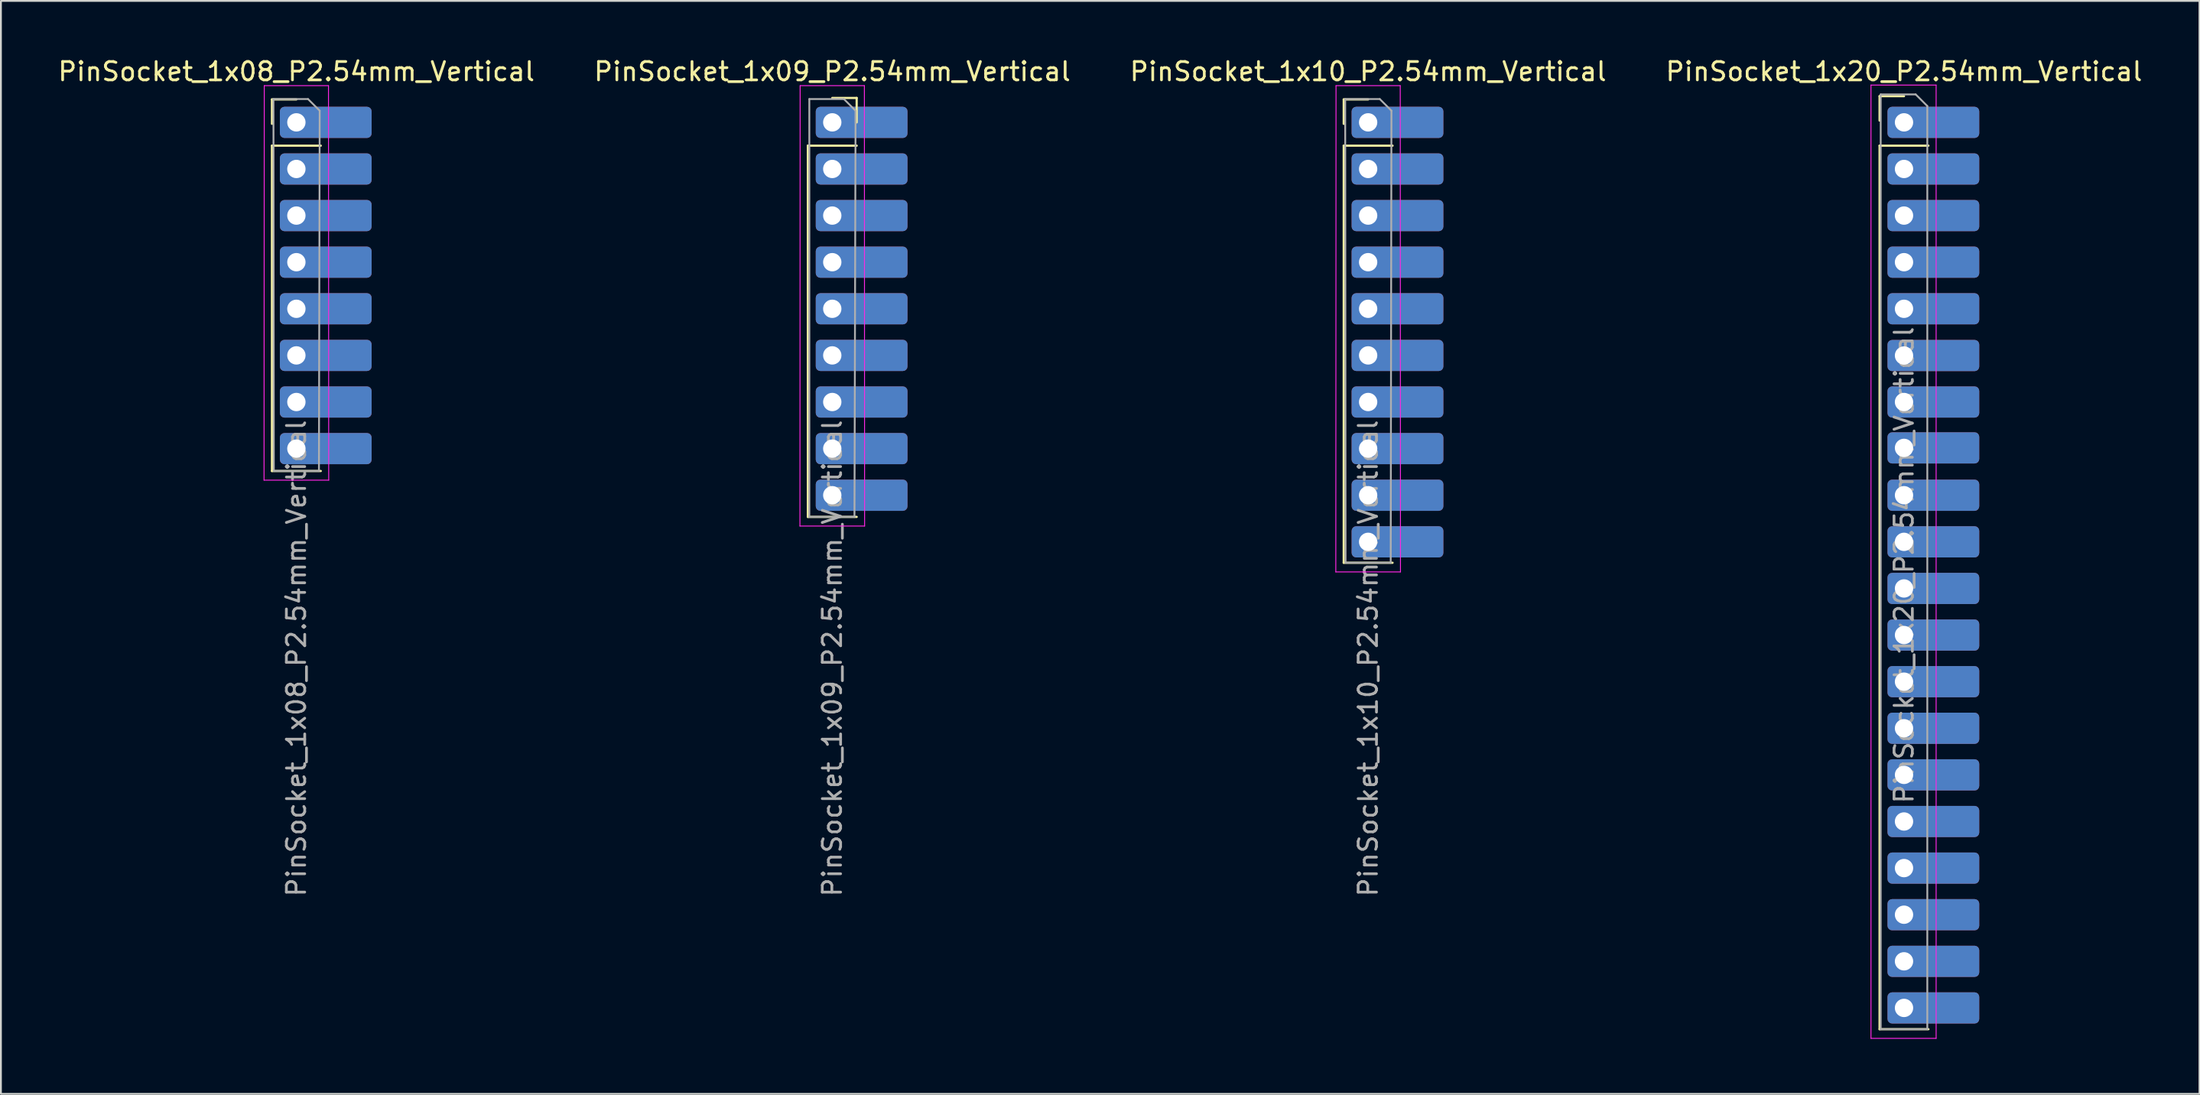
<source format=kicad_pcb>
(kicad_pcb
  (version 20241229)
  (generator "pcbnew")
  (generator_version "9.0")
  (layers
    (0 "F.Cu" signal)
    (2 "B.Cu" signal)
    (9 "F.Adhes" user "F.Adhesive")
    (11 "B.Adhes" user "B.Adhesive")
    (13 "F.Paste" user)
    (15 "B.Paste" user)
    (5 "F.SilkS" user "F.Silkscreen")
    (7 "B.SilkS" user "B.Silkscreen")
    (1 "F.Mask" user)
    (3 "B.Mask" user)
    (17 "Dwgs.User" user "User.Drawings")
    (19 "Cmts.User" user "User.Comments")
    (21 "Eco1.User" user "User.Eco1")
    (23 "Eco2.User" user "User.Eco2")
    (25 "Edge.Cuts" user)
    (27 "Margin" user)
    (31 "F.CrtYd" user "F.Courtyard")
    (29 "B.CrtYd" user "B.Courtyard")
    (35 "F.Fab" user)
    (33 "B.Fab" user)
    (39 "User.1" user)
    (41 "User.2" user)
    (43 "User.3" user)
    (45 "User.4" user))
  (footprint "PinSocket_1x20_P2.54mm_Vertical"
    (layer "F.Cu")
    (at 100.708 3.618)
    (property "Reference" "PinSocket_1x20_P2.54mm_Vertical" (at 0 -2.77 0) (layer "F.SilkS") (effects (font (size 1 1) (thickness 0.15))))
    (attr through_hole)
    (fp_line (start -1.33 -1.427) (end 0 -1.427) (stroke (width 0.12) (type solid)) (layer "F.SilkS"))
    (fp_line (start -1.33 -0.097) (end -1.33 -1.427) (stroke (width 0.12) (type solid)) (layer "F.SilkS"))
    (fp_line (start -1.33 1.27) (end -1.33 49.42) (stroke (width 0.12) (type solid)) (layer "F.SilkS"))
    (fp_line (start -1.33 1.27) (end 1.33 1.27) (stroke (width 0.12) (type solid)) (layer "F.SilkS"))
    (fp_line (start -1.33 49.42) (end 1.33 49.42) (stroke (width 0.12) (type solid)) (layer "F.SilkS"))
    (fp_line (start -1.8 -2.032) (end 1.75 -2.032) (stroke (width 0.05) (type solid)) (layer "F.CrtYd"))
    (fp_line (start -1.8 49.92) (end -1.8 -2.032) (stroke (width 0.05) (type solid)) (layer "F.CrtYd"))
    (fp_line (start 1.75 -2.032) (end 1.75 49.92) (stroke (width 0.05) (type solid)) (layer "F.CrtYd"))
    (fp_line (start 1.75 49.92) (end -1.8 49.92) (stroke (width 0.05) (type solid)) (layer "F.CrtYd"))
    (fp_line (start -1.27 -1.524) (end 0.635 -1.524) (stroke (width 0.1) (type solid)) (layer "F.Fab"))
    (fp_line (start -1.27 49.42) (end -1.27 -1.524) (stroke (width 0.1) (type solid)) (layer "F.Fab"))
    (fp_line (start 0.635 -1.524) (end 1.27 -0.889) (stroke (width 0.1) (type solid)) (layer "F.Fab"))
    (fp_line (start 1.27 -0.889) (end 1.27 49.42) (stroke (width 0.1) (type solid)) (layer "F.Fab"))
    (fp_line (start 1.27 49.42) (end -1.27 49.42) (stroke (width 0.1) (type solid)) (layer "F.Fab"))
    (fp_text user "${REFERENCE}" (at 0 24.13 90) (layer "F.Fab") (effects (font (size 1 1) (thickness 0.15))))
    (pad "1" thru_hole roundrect (at 0 48.26) (size 5 1.7) (drill 1 (offset 1.6 0)) (layers "*.Cu" "*.Mask") (roundrect_rratio 0.147))
    (pad "2" thru_hole roundrect (at 0 45.72) (size 5 1.7) (drill 1 (offset 1.6 0)) (layers "*.Cu" "*.Mask") (roundrect_rratio 0.147))
    (pad "3" thru_hole roundrect (at 0 43.18) (size 5 1.7) (drill 1 (offset 1.6 0)) (layers "*.Cu" "*.Mask") (roundrect_rratio 0.147))
    (pad "4" thru_hole roundrect (at 0 40.64) (size 5 1.7) (drill 1 (offset 1.6 0)) (layers "*.Cu" "*.Mask") (roundrect_rratio 0.147))
    (pad "5" thru_hole roundrect (at 0 38.1) (size 5 1.7) (drill 1 (offset 1.6 0)) (layers "*.Cu" "*.Mask") (roundrect_rratio 0.147))
    (pad "6" thru_hole roundrect (at 0 35.56) (size 5 1.7) (drill 1 (offset 1.6 0)) (layers "*.Cu" "*.Mask") (roundrect_rratio 0.147))
    (pad "7" thru_hole roundrect (at 0 33.02) (size 5 1.7) (drill 1 (offset 1.6 0)) (layers "*.Cu" "*.Mask") (roundrect_rratio 0.147))
    (pad "8" thru_hole roundrect (at 0 30.48) (size 5 1.7) (drill 1 (offset 1.6 0)) (layers "*.Cu" "*.Mask") (roundrect_rratio 0.147))
    (pad "9" thru_hole roundrect (at 0 27.94) (size 5 1.7) (drill 1 (offset 1.6 0)) (layers "*.Cu" "*.Mask") (roundrect_rratio 0.147))
    (pad "10" thru_hole roundrect (at 0 25.4) (size 5 1.7) (drill 1 (offset 1.6 0)) (layers "*.Cu" "*.Mask") (roundrect_rratio 0.147))
    (pad "11" thru_hole roundrect (at 0 22.86) (size 5 1.7) (drill 1 (offset 1.6 0)) (layers "*.Cu" "*.Mask") (roundrect_rratio 0.147))
    (pad "12" thru_hole roundrect (at 0 20.32) (size 5 1.7) (drill 1 (offset 1.6 0)) (layers "*.Cu" "*.Mask") (roundrect_rratio 0.147))
    (pad "13" thru_hole roundrect (at 0 17.74) (size 5 1.7) (drill 1 (offset 1.6 0)) (layers "*.Cu" "*.Mask") (roundrect_rratio 0.147))
    (pad "14" thru_hole roundrect (at 0 15.24) (size 5 1.7) (drill 1 (offset 1.6 0)) (layers "*.Cu" "*.Mask") (roundrect_rratio 0.147))
    (pad "15" thru_hole roundrect (at 0 12.707) (size 5 1.7) (drill 1 (offset 1.6 0)) (layers "*.Cu" "*.Mask") (roundrect_rratio 0.147))
    (pad "16" thru_hole roundrect (at 0 10.16) (size 5 1.7) (drill 1 (offset 1.6 0)) (layers "*.Cu" "*.Mask") (roundrect_rratio 0.147))
    (pad "17" thru_hole roundrect (at 0 7.62) (size 5 1.7) (drill 1 (offset 1.6 0)) (layers "*.Cu" "*.Mask") (roundrect_rratio 0.147))
    (pad "18" thru_hole roundrect (at 0 5.08) (size 5 1.7) (drill 1 (offset 1.6 0)) (layers "*.Cu" "*.Mask") (roundrect_rratio 0.147))
    (pad "19" thru_hole roundrect (at 0 2.54) (size 5 1.7) (drill 1 (offset 1.6 0)) (layers "*.Cu" "*.Mask") (roundrect_rratio 0.147))
    (pad "20" thru_hole roundrect (at 0 0) (size 5 1.7) (drill 1 (offset 1.6 0)) (layers "*.Cu" "*.Mask") (roundrect_rratio 0.147)))
  (footprint "PinSocket_1x08_P2.54mm_Vertical"
    (layer "F.Cu")
    (at 13.101 3.618)
    (property "Reference" "PinSocket_1x08_P2.54mm_Vertical" (at 0 -2.77 0) (layer "F.SilkS") (effects (font (size 1 1) (thickness 0.15))))
    (attr through_hole)
    (fp_line (start -1.33 -1.25) (end 0 -1.25) (stroke (width 0.12) (type solid)) (layer "F.SilkS"))
    (fp_line (start -1.33 0.08) (end -1.33 -1.25) (stroke (width 0.12) (type solid)) (layer "F.SilkS"))
    (fp_line (start -1.33 1.27) (end -1.33 19) (stroke (width 0.12) (type solid)) (layer "F.SilkS"))
    (fp_line (start -1.33 1.27) (end 1.33 1.27) (stroke (width 0.12) (type solid)) (layer "F.SilkS"))
    (fp_line (start -1.33 19) (end 1.33 19) (stroke (width 0.12) (type solid)) (layer "F.SilkS"))
    (fp_line (start -1.762 19.5) (end -1.75 -2) (stroke (width 0.05) (type solid)) (layer "F.CrtYd"))
    (fp_line (start -1.75 -2) (end 1.75 -2) (stroke (width 0.05) (type solid)) (layer "F.CrtYd"))
    (fp_line (start 1.75 -2) (end 1.762 19.5) (stroke (width 0.05) (type solid)) (layer "F.CrtYd"))
    (fp_line (start 1.762 19.5) (end -1.762 19.5) (stroke (width 0.05) (type solid)) (layer "F.CrtYd"))
    (fp_line (start -1.25 -1.27) (end 0.635 -1.27) (stroke (width 0.1) (type solid)) (layer "F.Fab"))
    (fp_line (start -1.23 19) (end -1.25 -1.27) (stroke (width 0.1) (type default)) (layer "F.Fab"))
    (fp_line (start 0.635 -1.27) (end 1.27 -0.635) (stroke (width 0.1) (type solid)) (layer "F.Fab"))
    (fp_line (start 1.23 19) (end -1.23 19) (stroke (width 0.1) (type solid)) (layer "F.Fab"))
    (fp_line (start 1.27 -0.635) (end 1.23 19) (stroke (width 0.1) (type solid)) (layer "F.Fab"))
    (fp_text user "${REFERENCE}" (at 0 29.21 90) (layer "F.Fab") (effects (font (size 1 1) (thickness 0.15))))
    (pad "1" thru_hole roundrect (at 0 0) (size 5 1.7) (drill 1 (offset 1.6 0)) (layers "*.Cu" "*.Mask") (roundrect_rratio 0.147))
    (pad "2" thru_hole roundrect (at 0 2.54) (size 5 1.7) (drill 1 (offset 1.6 0)) (layers "*.Cu" "*.Mask") (roundrect_rratio 0.147))
    (pad "3" thru_hole roundrect (at 0 5.08) (size 5 1.7) (drill 1 (offset 1.6 0)) (layers "*.Cu" "*.Mask") (roundrect_rratio 0.147))
    (pad "4" thru_hole roundrect (at 0 7.62) (size 5 1.7) (drill 1 (offset 1.6 0)) (layers "*.Cu" "*.Mask") (roundrect_rratio 0.147))
    (pad "5" thru_hole roundrect (at 0 10.16) (size 5 1.7) (drill 1 (offset 1.6 0)) (layers "*.Cu" "*.Mask") (roundrect_rratio 0.147))
    (pad "6" thru_hole roundrect (at 0 12.7) (size 5 1.7) (drill 1 (offset 1.6 0)) (layers "*.Cu" "*.Mask") (roundrect_rratio 0.147))
    (pad "7" thru_hole roundrect (at 0 15.24) (size 5 1.7) (drill 1 (offset 1.6 0)) (layers "*.Cu" "*.Mask") (roundrect_rratio 0.147))
    (pad "8" thru_hole roundrect (at 0 17.78) (size 5 1.7) (drill 1 (offset 1.6 0)) (layers "*.Cu" "*.Mask") (roundrect_rratio 0.147)))
  (footprint "PinSocket_1x09_P2.54mm_Vertical"
    (layer "F.Cu")
    (at 42.304 3.618)
    (property "Reference" "PinSocket_1x09_P2.54mm_Vertical" (at 0 -2.77 0) (layer "F.SilkS") (effects (font (size 1 1) (thickness 0.15))))
    (attr through_hole)
    (fp_line (start -1.33 1.27) (end -1.33 21.5) (stroke (width 0.12) (type solid)) (layer "F.SilkS"))
    (fp_line (start -1.33 1.27) (end 1.33 1.27) (stroke (width 0.12) (type solid)) (layer "F.SilkS"))
    (fp_line (start -1.33 21.5) (end 1.33 21.5) (stroke (width 0.12) (type solid)) (layer "F.SilkS"))
    (fp_line (start 0 -1.33) (end 1.33 -1.33) (stroke (width 0.12) (type solid)) (layer "F.SilkS"))
    (fp_line (start 1.33 -1.33) (end 1.33 0) (stroke (width 0.12) (type solid)) (layer "F.SilkS"))
    (fp_line (start -1.762 22) (end -1.75 -2) (stroke (width 0.05) (type solid)) (layer "F.CrtYd"))
    (fp_line (start -1.75 -2) (end 1.75 -2) (stroke (width 0.05) (type solid)) (layer "F.CrtYd"))
    (fp_line (start 1.75 -2) (end 1.762 22) (stroke (width 0.05) (type solid)) (layer "F.CrtYd"))
    (fp_line (start 1.762 22) (end -1.762 22) (stroke (width 0.05) (type solid)) (layer "F.CrtYd"))
    (fp_line (start -1.25 -1.27) (end 0.635 -1.27) (stroke (width 0.1) (type solid)) (layer "F.Fab"))
    (fp_line (start -1.25 21.5) (end -1.25 -1.27) (stroke (width 0.1) (type default)) (layer "F.Fab"))
    (fp_line (start 0.635 -1.27) (end 1.27 -0.635) (stroke (width 0.1) (type solid)) (layer "F.Fab"))
    (fp_line (start 1.21 21.5) (end -1.25 21.5) (stroke (width 0.1) (type solid)) (layer "F.Fab"))
    (fp_line (start 1.27 -0.635) (end 1.21 21.5) (stroke (width 0.1) (type solid)) (layer "F.Fab"))
    (fp_text user "${REFERENCE}" (at 0 29.21 90) (layer "F.Fab") (effects (font (size 1 1) (thickness 0.15))))
    (pad "1" thru_hole roundrect (at 0 0) (size 5 1.7) (drill 1 (offset 1.6 0)) (layers "*.Cu" "*.Mask") (roundrect_rratio 0.147))
    (pad "2" thru_hole roundrect (at 0 2.54) (size 5 1.7) (drill 1 (offset 1.6 0)) (layers "*.Cu" "*.Mask") (roundrect_rratio 0.147))
    (pad "3" thru_hole roundrect (at 0 5.08) (size 5 1.7) (drill 1 (offset 1.6 0)) (layers "*.Cu" "*.Mask") (roundrect_rratio 0.147))
    (pad "4" thru_hole roundrect (at 0 7.62) (size 5 1.7) (drill 1 (offset 1.6 0)) (layers "*.Cu" "*.Mask") (roundrect_rratio 0.147))
    (pad "5" thru_hole roundrect (at 0 10.16) (size 5 1.7) (drill 1 (offset 1.6 0)) (layers "*.Cu" "*.Mask") (roundrect_rratio 0.147))
    (pad "6" thru_hole roundrect (at 0 12.7) (size 5 1.7) (drill 1 (offset 1.6 0)) (layers "*.Cu" "*.Mask") (roundrect_rratio 0.147))
    (pad "7" thru_hole roundrect (at 0 15.24) (size 5 1.7) (drill 1 (offset 1.6 0)) (layers "*.Cu" "*.Mask") (roundrect_rratio 0.147))
    (pad "8" thru_hole roundrect (at 0 17.78) (size 5 1.7) (drill 1 (offset 1.6 0)) (layers "*.Cu" "*.Mask") (roundrect_rratio 0.147))
    (pad "9" thru_hole roundrect (at 0 20.32) (size 5 1.7) (drill 1 (offset 1.6 0)) (layers "*.Cu" "*.Mask") (roundrect_rratio 0.147)))
  (footprint "PinSocket_1x10_P2.54mm_Vertical"
    (layer "F.Cu")
    (at 71.506 3.618)
    (property "Reference" "PinSocket_1x10_P2.54mm_Vertical" (at 0 -2.77 0) (layer "F.SilkS") (effects (font (size 1 1) (thickness 0.15))))
    (attr through_hole)
    (fp_line (start -1.33 -1.25) (end 0 -1.25) (stroke (width 0.12) (type solid)) (layer "F.SilkS"))
    (fp_line (start -1.33 0.08) (end -1.33 -1.25) (stroke (width 0.12) (type solid)) (layer "F.SilkS"))
    (fp_line (start -1.33 1.27) (end -1.33 24) (stroke (width 0.12) (type solid)) (layer "F.SilkS"))
    (fp_line (start -1.33 1.27) (end 1.33 1.27) (stroke (width 0.12) (type solid)) (layer "F.SilkS"))
    (fp_line (start -1.33 24) (end 1.33 24) (stroke (width 0.12) (type solid)) (layer "F.SilkS"))
    (fp_line (start -1.762 24.5) (end -1.75 -2) (stroke (width 0.05) (type solid)) (layer "F.CrtYd"))
    (fp_line (start -1.75 -2) (end 1.75 -2) (stroke (width 0.05) (type solid)) (layer "F.CrtYd"))
    (fp_line (start 1.75 -2) (end 1.762 24.5) (stroke (width 0.05) (type solid)) (layer "F.CrtYd"))
    (fp_line (start 1.762 24.5) (end -1.762 24.5) (stroke (width 0.05) (type solid)) (layer "F.CrtYd"))
    (fp_line (start -1.25 -1.27) (end 0.635 -1.27) (stroke (width 0.1) (type solid)) (layer "F.Fab"))
    (fp_line (start -1.23 24) (end -1.25 -1.27) (stroke (width 0.1) (type default)) (layer "F.Fab"))
    (fp_line (start 0.635 -1.27) (end 1.27 -0.635) (stroke (width 0.1) (type solid)) (layer "F.Fab"))
    (fp_line (start 1.23 24) (end -1.23 24) (stroke (width 0.1) (type solid)) (layer "F.Fab"))
    (fp_line (start 1.27 -0.635) (end 1.23 24) (stroke (width 0.1) (type solid)) (layer "F.Fab"))
    (fp_text user "${REFERENCE}" (at 0 29.21 90) (layer "F.Fab") (effects (font (size 1 1) (thickness 0.15))))
    (pad "1" thru_hole roundrect (at 0 22.86) (size 5 1.7) (drill 1 (offset 1.6 0)) (layers "*.Cu" "*.Mask") (roundrect_rratio 0.147))
    (pad "2" thru_hole roundrect (at 0 20.32) (size 5 1.7) (drill 1 (offset 1.6 0)) (layers "*.Cu" "*.Mask") (roundrect_rratio 0.147))
    (pad "3" thru_hole roundrect (at 0 17.78) (size 5 1.7) (drill 1 (offset 1.6 0)) (layers "*.Cu" "*.Mask") (roundrect_rratio 0.147))
    (pad "4" thru_hole roundrect (at 0 15.24) (size 5 1.7) (drill 1 (offset 1.6 0)) (layers "*.Cu" "*.Mask") (roundrect_rratio 0.147))
    (pad "5" thru_hole roundrect (at 0 12.7) (size 5 1.7) (drill 1 (offset 1.6 0)) (layers "*.Cu" "*.Mask") (roundrect_rratio 0.147))
    (pad "6" thru_hole roundrect (at 0 10.16) (size 5 1.7) (drill 1 (offset 1.6 0)) (layers "*.Cu" "*.Mask") (roundrect_rratio 0.147))
    (pad "7" thru_hole roundrect (at 0 7.62) (size 5 1.7) (drill 1 (offset 1.6 0)) (layers "*.Cu" "*.Mask") (roundrect_rratio 0.147))
    (pad "8" thru_hole roundrect (at 0 5.08) (size 5 1.7) (drill 1 (offset 1.6 0)) (layers "*.Cu" "*.Mask") (roundrect_rratio 0.147))
    (pad "9" thru_hole roundrect (at 0 2.54) (size 5 1.7) (drill 1 (offset 1.6 0)) (layers "*.Cu" "*.Mask") (roundrect_rratio 0.147))
    (pad "10" thru_hole roundrect (at 0 0) (size 5 1.7) (drill 1 (offset 1.6 0)) (layers "*.Cu" "*.Mask") (roundrect_rratio 0.147)))
  (gr_rect
    (start -3 -3)
    (end 116.81 56.563)
    (stroke (width 0.1) (type default))
    (fill no)
    (layer "Edge.Cuts")))
</source>
